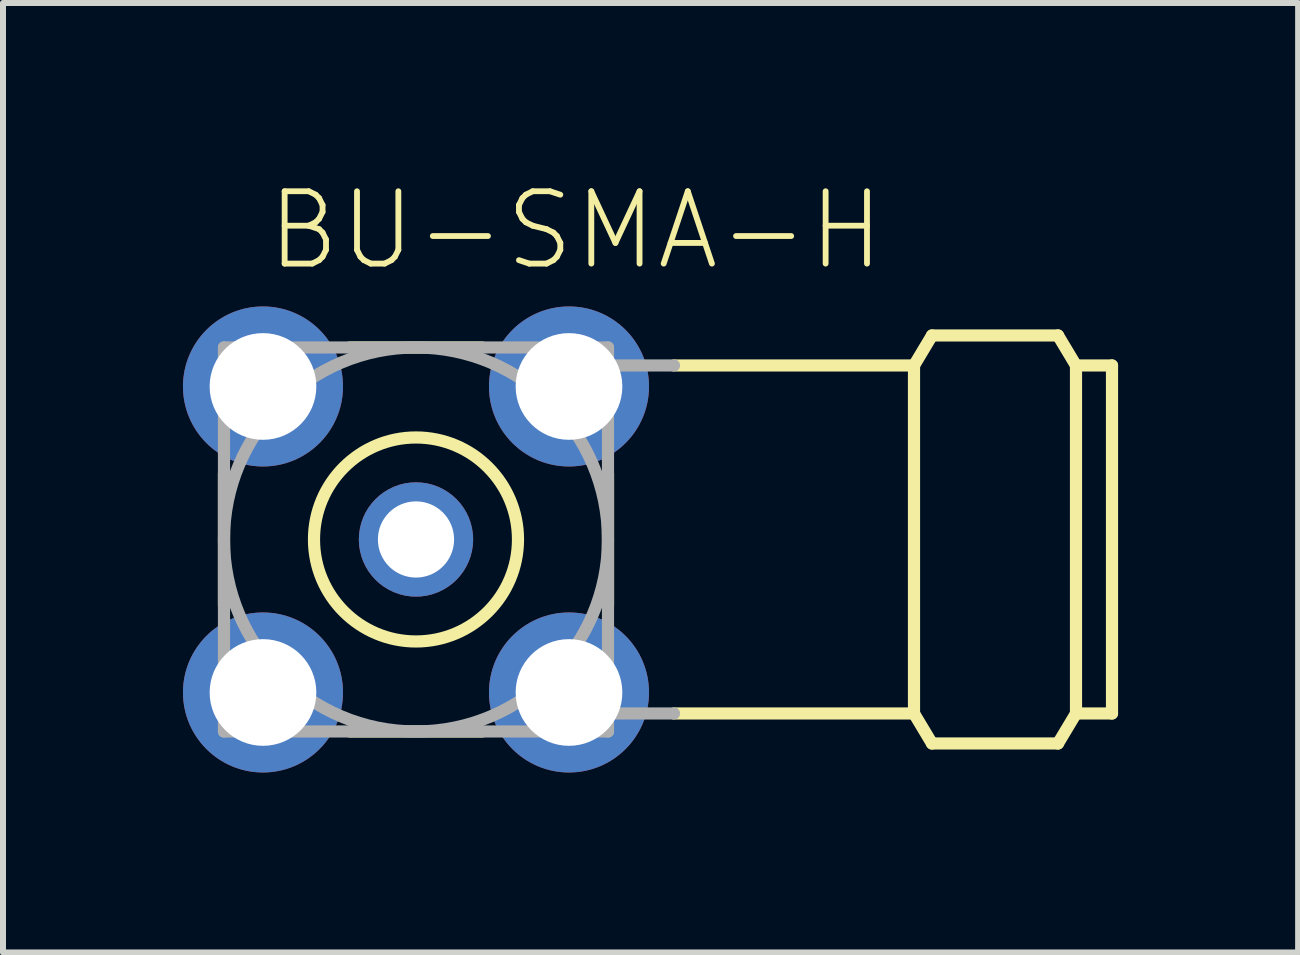
<source format=kicad_pcb>
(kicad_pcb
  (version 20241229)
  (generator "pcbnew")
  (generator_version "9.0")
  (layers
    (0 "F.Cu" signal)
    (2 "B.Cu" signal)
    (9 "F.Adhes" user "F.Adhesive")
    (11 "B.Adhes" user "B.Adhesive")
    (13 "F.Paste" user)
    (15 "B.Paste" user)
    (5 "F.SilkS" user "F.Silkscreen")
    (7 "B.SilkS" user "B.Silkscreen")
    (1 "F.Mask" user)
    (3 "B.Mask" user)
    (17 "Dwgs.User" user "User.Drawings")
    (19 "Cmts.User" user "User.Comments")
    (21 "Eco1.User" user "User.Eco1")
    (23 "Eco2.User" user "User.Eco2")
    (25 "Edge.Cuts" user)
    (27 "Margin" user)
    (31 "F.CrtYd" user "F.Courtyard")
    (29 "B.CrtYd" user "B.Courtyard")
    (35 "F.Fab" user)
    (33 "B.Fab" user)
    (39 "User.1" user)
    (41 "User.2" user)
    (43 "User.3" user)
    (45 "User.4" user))
  (footprint "BU-SMA-H"
    (layer "F.Cu")
    (at 3.883 5.941)
    (property "Reference" "BU-SMA-H" (at -2.54 -4.445 180) (layer "F.SilkS") (effects (font (size 1.206 1.206) (thickness 0.097)) (justify left bottom)))
    (attr through_hole)
    (fp_line (start -3.2 1.1) (end -3.2 -1.1) (stroke (width 0.203) (type solid)) (layer "F.SilkS"))
    (fp_line (start -1.1 -3.2) (end 1.1 -3.2) (stroke (width 0.203) (type solid)) (layer "F.SilkS"))
    (fp_line (start 1.1 3.2) (end -1.1 3.2) (stroke (width 0.203) (type solid)) (layer "F.SilkS"))
    (fp_line (start 3.2 -1.1) (end 3.2 1.1) (stroke (width 0.203) (type solid)) (layer "F.SilkS"))
    (fp_line (start 4.3 -2.9) (end 8.3 -2.9) (stroke (width 0.203) (type solid)) (layer "F.SilkS"))
    (fp_line (start 4.3 2.9) (end 8.3 2.9) (stroke (width 0.203) (type solid)) (layer "F.SilkS"))
    (fp_line (start 8.3 -2.9) (end 8.6 -3.4) (stroke (width 0.203) (type solid)) (layer "F.SilkS"))
    (fp_line (start 8.3 2.9) (end 8.3 -2.9) (stroke (width 0.203) (type solid)) (layer "F.SilkS"))
    (fp_line (start 8.3 2.9) (end 8.6 3.4) (stroke (width 0.203) (type solid)) (layer "F.SilkS"))
    (fp_line (start 8.6 -3.4) (end 10.7 -3.4) (stroke (width 0.203) (type solid)) (layer "F.SilkS"))
    (fp_line (start 8.6 3.4) (end 10.7 3.4) (stroke (width 0.203) (type solid)) (layer "F.SilkS"))
    (fp_line (start 10.7 -3.4) (end 11 -2.9) (stroke (width 0.203) (type solid)) (layer "F.SilkS"))
    (fp_line (start 10.7 3.4) (end 11 2.9) (stroke (width 0.203) (type solid)) (layer "F.SilkS"))
    (fp_line (start 11 -2.9) (end 11.6 -2.9) (stroke (width 0.203) (type solid)) (layer "F.SilkS"))
    (fp_line (start 11 2.9) (end 11 -2.9) (stroke (width 0.203) (type solid)) (layer "F.SilkS"))
    (fp_line (start 11 2.9) (end 11.6 2.9) (stroke (width 0.203) (type solid)) (layer "F.SilkS"))
    (fp_line (start 11.6 2.9) (end 11.6 -2.9) (stroke (width 0.203) (type solid)) (layer "F.SilkS"))
    (fp_circle (center 0 0) (end 1.7 0) (stroke (width 0.203) (type solid)) (fill no) (layer "F.SilkS"))
    (fp_line (start -3.2 3.2) (end -3.2 -3.2) (stroke (width 0.203) (type solid)) (layer "F.Fab"))
    (fp_line (start -3.2 -3.2) (end 3.2 -3.2) (stroke (width 0.203) (type solid)) (layer "F.Fab"))
    (fp_line (start 3.2 3.2) (end -3.2 3.2) (stroke (width 0.203) (type solid)) (layer "F.Fab"))
    (fp_line (start 3.2 -3.2) (end 3.2 -2.9) (stroke (width 0.203) (type solid)) (layer "F.Fab"))
    (fp_line (start 3.2 -2.9) (end 3.2 2.9) (stroke (width 0.203) (type solid)) (layer "F.Fab"))
    (fp_line (start 3.2 -2.9) (end 4.3 -2.9) (stroke (width 0.203) (type solid)) (layer "F.Fab"))
    (fp_line (start 3.2 2.9) (end 3.2 3.2) (stroke (width 0.203) (type solid)) (layer "F.Fab"))
    (fp_line (start 3.2 2.9) (end 4.3 2.9) (stroke (width 0.203) (type solid)) (layer "F.Fab"))
    (fp_circle (center 0 0) (end 3.2 0) (stroke (width 0.203) (type solid)) (fill no) (layer "F.Fab"))
    (pad "1" thru_hole circle (at 0 0) (size 1.905 1.905) (drill 1.27) (layers "*.Cu" "*.Mask"))
    (pad "2" thru_hole circle (at -2.55 -2.55) (size 2.667 2.667) (drill 1.778) (layers "*.Cu" "*.Mask"))
    (pad "3" thru_hole circle (at 2.55 -2.55) (size 2.667 2.667) (drill 1.778) (layers "*.Cu" "*.Mask"))
    (pad "4" thru_hole circle (at 2.55 2.55) (size 2.667 2.667) (drill 1.778) (layers "*.Cu" "*.Mask"))
    (pad "5" thru_hole circle (at -2.55 2.55) (size 2.667 2.667) (drill 1.778) (layers "*.Cu" "*.Mask")))
  (gr_rect
    (start -3 -3)
    (end 18.585 12.824)
    (stroke (width 0.1) (type default))
    (fill no)
    (layer "Edge.Cuts")))
</source>
